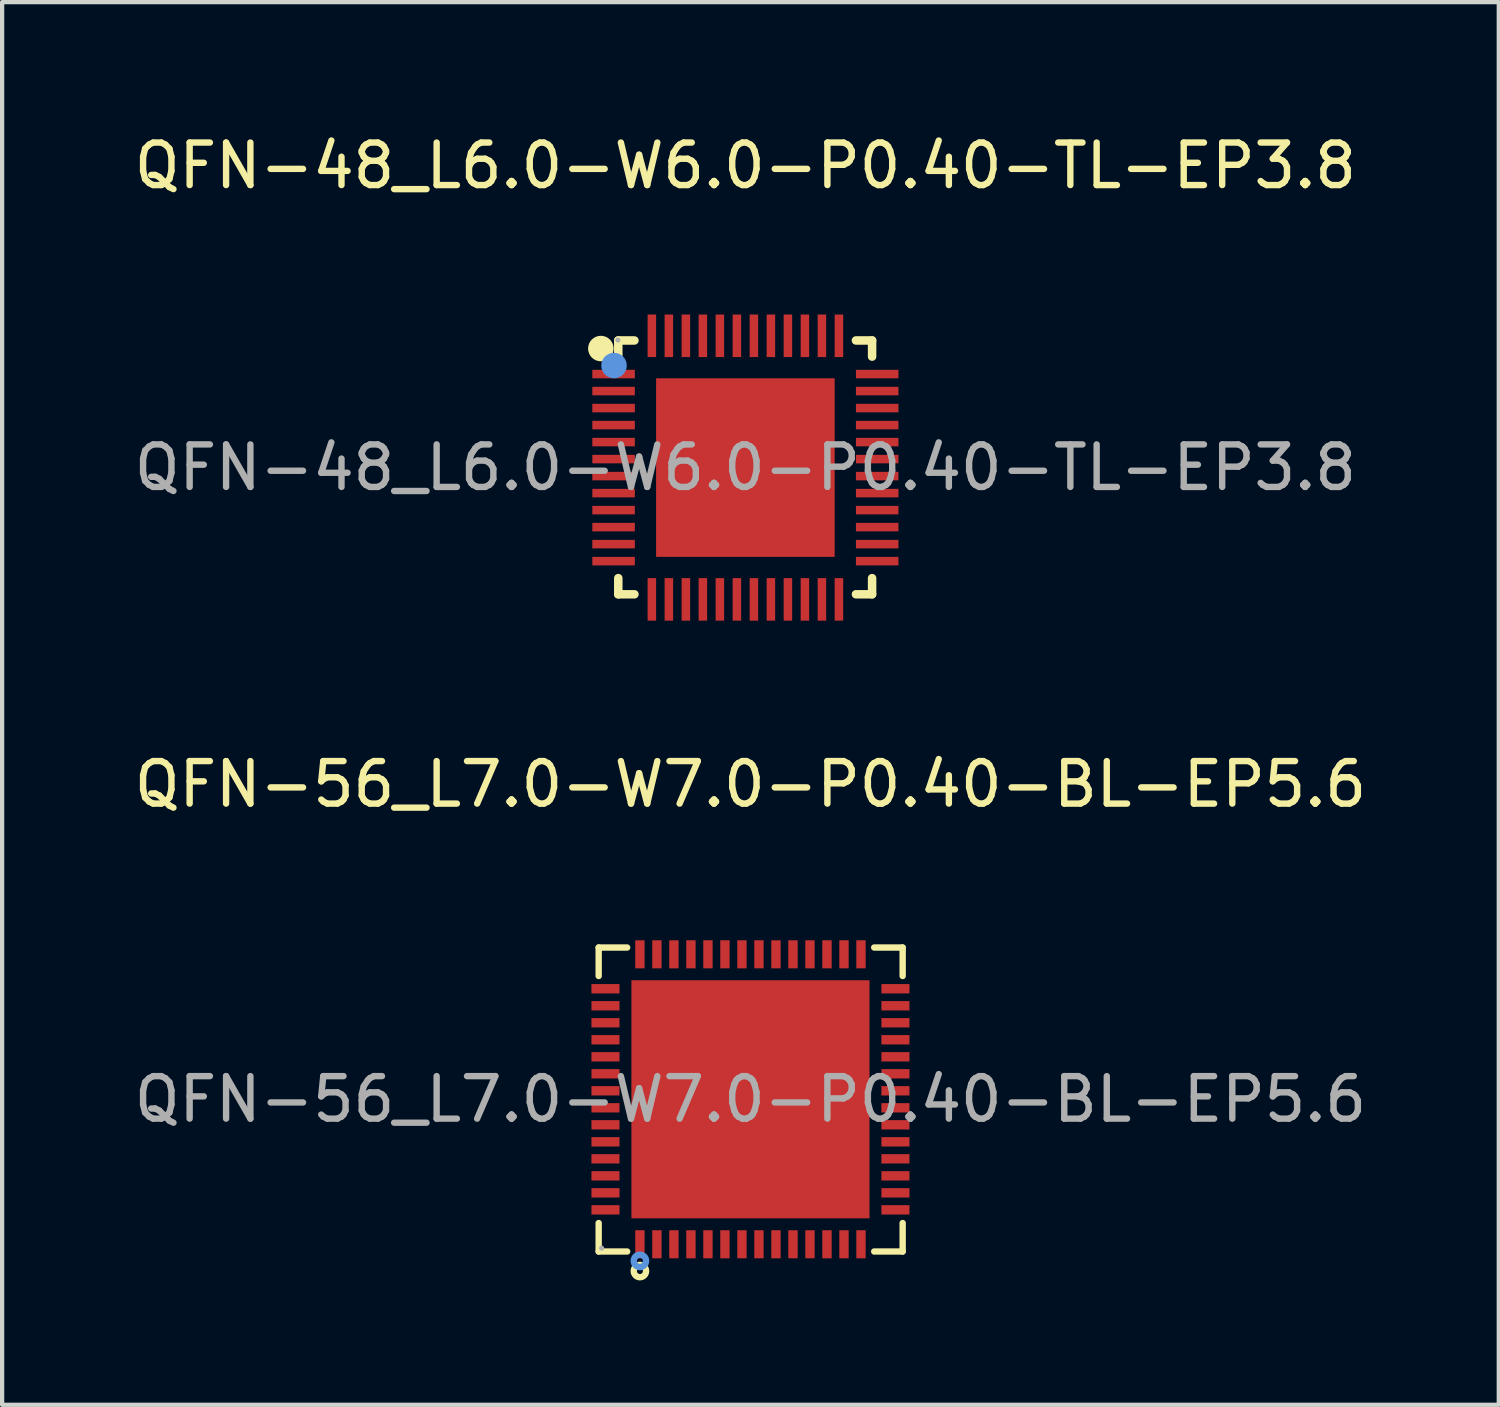
<source format=kicad_pcb>
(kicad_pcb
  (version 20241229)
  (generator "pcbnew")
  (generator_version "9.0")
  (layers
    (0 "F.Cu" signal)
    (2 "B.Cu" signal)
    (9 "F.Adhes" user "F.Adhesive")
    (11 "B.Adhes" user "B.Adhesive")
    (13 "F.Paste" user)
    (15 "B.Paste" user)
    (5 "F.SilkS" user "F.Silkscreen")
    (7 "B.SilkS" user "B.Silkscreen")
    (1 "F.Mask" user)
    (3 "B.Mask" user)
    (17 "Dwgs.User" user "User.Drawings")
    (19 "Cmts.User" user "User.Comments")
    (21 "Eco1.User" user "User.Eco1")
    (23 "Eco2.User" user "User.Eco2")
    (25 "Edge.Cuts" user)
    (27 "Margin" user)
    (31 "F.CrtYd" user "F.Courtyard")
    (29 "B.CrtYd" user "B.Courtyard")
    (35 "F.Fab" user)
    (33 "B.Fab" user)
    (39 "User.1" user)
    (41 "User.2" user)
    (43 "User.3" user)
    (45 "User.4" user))
  (footprint "QFN-56_L7.0-W7.0-P0.40-BL-EP5.6"
    (layer "F.Cu")
    (at 14.601 22.806)
    (property "Reference" "QFN-56_L7.0-W7.0-P0.40-BL-EP5.6" (at 0 -7.41 0) (layer "F.SilkS") (effects (font (size 1 1) (thickness 0.15))))
    (attr through_hole)
    (fp_line (start -3.57 -3.57) (end -2.9 -3.57) (stroke (width 0.15) (type solid)) (layer "F.SilkS"))
    (fp_line (start -3.57 -2.9) (end -3.57 -3.57) (stroke (width 0.15) (type solid)) (layer "F.SilkS"))
    (fp_line (start -3.57 2.91) (end -3.57 3.58) (stroke (width 0.15) (type solid)) (layer "F.SilkS"))
    (fp_line (start -3.57 3.58) (end -2.9 3.58) (stroke (width 0.15) (type solid)) (layer "F.SilkS"))
    (fp_line (start 3.58 -3.57) (end 2.91 -3.57) (stroke (width 0.15) (type solid)) (layer "F.SilkS"))
    (fp_line (start 3.58 -2.9) (end 3.58 -3.57) (stroke (width 0.15) (type solid)) (layer "F.SilkS"))
    (fp_line (start 3.58 2.91) (end 3.58 3.58) (stroke (width 0.15) (type solid)) (layer "F.SilkS"))
    (fp_line (start 3.58 3.58) (end 2.91 3.58) (stroke (width 0.15) (type solid)) (layer "F.SilkS"))
    (fp_circle (center -2.6 4.04) (end -2.53 4.04) (stroke (width 0.15) (type solid)) (fill no) (layer "F.SilkS"))
    (fp_circle (center -2.6 3.8) (end -2.53 3.8) (stroke (width 0.15) (type solid)) (fill no) (layer "Cmts.User"))
    (fp_circle (center -3.5 3.5) (end -3.47 3.5) (stroke (width 0.06) (type solid)) (fill no) (layer "F.Fab"))
    (fp_text user "${REFERENCE}" (at 0 0 0) (layer "F.Fab") (effects (font (size 1 1) (thickness 0.15))))
    (pad "1" smd rect (at -2.6 3.41 90) (size 0.66 0.22) (layers "F.Cu" "F.Mask" "F.Paste"))
    (pad "2" smd rect (at -2.2 3.41 90) (size 0.66 0.22) (layers "F.Cu" "F.Mask" "F.Paste"))
    (pad "3" smd rect (at -1.8 3.41 90) (size 0.66 0.22) (layers "F.Cu" "F.Mask" "F.Paste"))
    (pad "4" smd rect (at -1.4 3.41 90) (size 0.66 0.22) (layers "F.Cu" "F.Mask" "F.Paste"))
    (pad "5" smd rect (at -1 3.41 90) (size 0.66 0.22) (layers "F.Cu" "F.Mask" "F.Paste"))
    (pad "6" smd rect (at -0.6 3.41 90) (size 0.66 0.22) (layers "F.Cu" "F.Mask" "F.Paste"))
    (pad "7" smd rect (at -0.2 3.41 90) (size 0.66 0.22) (layers "F.Cu" "F.Mask" "F.Paste"))
    (pad "8" smd rect (at 0.2 3.41 90) (size 0.66 0.22) (layers "F.Cu" "F.Mask" "F.Paste"))
    (pad "9" smd rect (at 0.6 3.41 90) (size 0.66 0.22) (layers "F.Cu" "F.Mask" "F.Paste"))
    (pad "10" smd rect (at 1 3.41 90) (size 0.66 0.22) (layers "F.Cu" "F.Mask" "F.Paste"))
    (pad "11" smd rect (at 1.4 3.41 90) (size 0.66 0.22) (layers "F.Cu" "F.Mask" "F.Paste"))
    (pad "12" smd rect (at 1.8 3.41 90) (size 0.66 0.22) (layers "F.Cu" "F.Mask" "F.Paste"))
    (pad "13" smd rect (at 2.2 3.41 90) (size 0.66 0.22) (layers "F.Cu" "F.Mask" "F.Paste"))
    (pad "14" smd rect (at 2.6 3.41 90) (size 0.66 0.22) (layers "F.Cu" "F.Mask" "F.Paste"))
    (pad "15" smd rect (at 3.41 2.6 90) (size 0.22 0.66) (layers "F.Cu" "F.Mask" "F.Paste"))
    (pad "16" smd rect (at 3.41 2.2 90) (size 0.22 0.66) (layers "F.Cu" "F.Mask" "F.Paste"))
    (pad "17" smd rect (at 3.41 1.8 90) (size 0.22 0.66) (layers "F.Cu" "F.Mask" "F.Paste"))
    (pad "18" smd rect (at 3.41 1.4 90) (size 0.22 0.66) (layers "F.Cu" "F.Mask" "F.Paste"))
    (pad "19" smd rect (at 3.41 1 90) (size 0.22 0.66) (layers "F.Cu" "F.Mask" "F.Paste"))
    (pad "20" smd rect (at 3.41 0.6 90) (size 0.22 0.66) (layers "F.Cu" "F.Mask" "F.Paste"))
    (pad "21" smd rect (at 3.41 0.2 90) (size 0.22 0.66) (layers "F.Cu" "F.Mask" "F.Paste"))
    (pad "22" smd rect (at 3.41 -0.2 90) (size 0.22 0.66) (layers "F.Cu" "F.Mask" "F.Paste"))
    (pad "23" smd rect (at 3.41 -0.6 90) (size 0.22 0.66) (layers "F.Cu" "F.Mask" "F.Paste"))
    (pad "24" smd rect (at 3.41 -1 90) (size 0.22 0.66) (layers "F.Cu" "F.Mask" "F.Paste"))
    (pad "25" smd rect (at 3.41 -1.4 90) (size 0.22 0.66) (layers "F.Cu" "F.Mask" "F.Paste"))
    (pad "26" smd rect (at 3.41 -1.8 90) (size 0.22 0.66) (layers "F.Cu" "F.Mask" "F.Paste"))
    (pad "27" smd rect (at 3.41 -2.2 90) (size 0.22 0.66) (layers "F.Cu" "F.Mask" "F.Paste"))
    (pad "28" smd rect (at 3.41 -2.6 90) (size 0.22 0.66) (layers "F.Cu" "F.Mask" "F.Paste"))
    (pad "29" smd rect (at 2.6 -3.41 90) (size 0.66 0.22) (layers "F.Cu" "F.Mask" "F.Paste"))
    (pad "30" smd rect (at 2.2 -3.41 90) (size 0.66 0.22) (layers "F.Cu" "F.Mask" "F.Paste"))
    (pad "31" smd rect (at 1.8 -3.41 90) (size 0.66 0.22) (layers "F.Cu" "F.Mask" "F.Paste"))
    (pad "32" smd rect (at 1.4 -3.41 90) (size 0.66 0.22) (layers "F.Cu" "F.Mask" "F.Paste"))
    (pad "33" smd rect (at 1 -3.41 90) (size 0.66 0.22) (layers "F.Cu" "F.Mask" "F.Paste"))
    (pad "34" smd rect (at 0.6 -3.41 90) (size 0.66 0.22) (layers "F.Cu" "F.Mask" "F.Paste"))
    (pad "35" smd rect (at 0.2 -3.41 90) (size 0.66 0.22) (layers "F.Cu" "F.Mask" "F.Paste"))
    (pad "36" smd rect (at -0.2 -3.41 90) (size 0.66 0.22) (layers "F.Cu" "F.Mask" "F.Paste"))
    (pad "37" smd rect (at -0.6 -3.41 90) (size 0.66 0.22) (layers "F.Cu" "F.Mask" "F.Paste"))
    (pad "38" smd rect (at -1 -3.41 90) (size 0.66 0.22) (layers "F.Cu" "F.Mask" "F.Paste"))
    (pad "39" smd rect (at -1.4 -3.41 90) (size 0.66 0.22) (layers "F.Cu" "F.Mask" "F.Paste"))
    (pad "40" smd rect (at -1.8 -3.41 90) (size 0.66 0.22) (layers "F.Cu" "F.Mask" "F.Paste"))
    (pad "41" smd rect (at -2.2 -3.41 90) (size 0.66 0.22) (layers "F.Cu" "F.Mask" "F.Paste"))
    (pad "42" smd rect (at -2.6 -3.41 90) (size 0.66 0.22) (layers "F.Cu" "F.Mask" "F.Paste"))
    (pad "43" smd rect (at -3.41 -2.6 90) (size 0.22 0.66) (layers "F.Cu" "F.Mask" "F.Paste"))
    (pad "44" smd rect (at -3.41 -2.2 90) (size 0.22 0.66) (layers "F.Cu" "F.Mask" "F.Paste"))
    (pad "45" smd rect (at -3.41 -1.8 90) (size 0.22 0.66) (layers "F.Cu" "F.Mask" "F.Paste"))
    (pad "46" smd rect (at -3.41 -1.4 90) (size 0.22 0.66) (layers "F.Cu" "F.Mask" "F.Paste"))
    (pad "47" smd rect (at -3.41 -1 90) (size 0.22 0.66) (layers "F.Cu" "F.Mask" "F.Paste"))
    (pad "48" smd rect (at -3.41 -0.6 90) (size 0.22 0.66) (layers "F.Cu" "F.Mask" "F.Paste"))
    (pad "49" smd rect (at -3.41 -0.2 90) (size 0.22 0.66) (layers "F.Cu" "F.Mask" "F.Paste"))
    (pad "50" smd rect (at -3.41 0.2 90) (size 0.22 0.66) (layers "F.Cu" "F.Mask" "F.Paste"))
    (pad "51" smd rect (at -3.41 0.6 90) (size 0.22 0.66) (layers "F.Cu" "F.Mask" "F.Paste"))
    (pad "52" smd rect (at -3.41 1 90) (size 0.22 0.66) (layers "F.Cu" "F.Mask" "F.Paste"))
    (pad "53" smd rect (at -3.41 1.4 90) (size 0.22 0.66) (layers "F.Cu" "F.Mask" "F.Paste"))
    (pad "54" smd rect (at -3.41 1.8 90) (size 0.22 0.66) (layers "F.Cu" "F.Mask" "F.Paste"))
    (pad "55" smd rect (at -3.41 2.2 90) (size 0.22 0.66) (layers "F.Cu" "F.Mask" "F.Paste"))
    (pad "56" smd rect (at -3.41 2.6 90) (size 0.22 0.66) (layers "F.Cu" "F.Mask" "F.Paste"))
    (pad "57" smd rect (at 0 0 90) (size 5.6 5.6) (layers "F.Cu" "F.Mask" "F.Paste")))
  (footprint "QFN-48_L6.0-W6.0-P0.40-TL-EP3.8"
    (layer "F.Cu")
    (at 14.482 7.948)
    (property "Reference" "QFN-48_L6.0-W6.0-P0.40-TL-EP3.8" (at 0 -7.1 0) (layer "F.SilkS") (effects (font (size 1 1) (thickness 0.15))))
    (attr through_hole)
    (fp_line (start -2.99 -2.99) (end -2.61 -2.99) (stroke (width 0.2) (type solid)) (layer "F.SilkS"))
    (fp_line (start -2.99 -2.61) (end -2.99 -2.99) (stroke (width 0.2) (type solid)) (layer "F.SilkS"))
    (fp_line (start -2.99 2.98) (end -2.99 2.6) (stroke (width 0.2) (type solid)) (layer "F.SilkS"))
    (fp_line (start -2.61 2.98) (end -2.99 2.98) (stroke (width 0.2) (type solid)) (layer "F.SilkS"))
    (fp_line (start 2.6 -2.99) (end 2.98 -2.99) (stroke (width 0.2) (type solid)) (layer "F.SilkS"))
    (fp_line (start 2.98 -2.99) (end 2.98 -2.61) (stroke (width 0.2) (type solid)) (layer "F.SilkS"))
    (fp_line (start 2.98 2.6) (end 2.98 2.98) (stroke (width 0.2) (type solid)) (layer "F.SilkS"))
    (fp_line (start 2.98 2.98) (end 2.6 2.98) (stroke (width 0.2) (type solid)) (layer "F.SilkS"))
    (fp_arc (start -3.4 -2.8) (mid -3.4 -2.8) (end -3.4 -2.8) (stroke (width 0.3) (type solid)) (layer "F.SilkS"))
    (fp_circle (center -3.09 -2.4) (end -2.94 -2.4) (stroke (width 0.3) (type solid)) (fill no) (layer "Cmts.User"))
    (fp_circle (center -3 -3) (end -2.97 -3) (stroke (width 0.06) (type solid)) (fill no) (layer "F.Fab"))
    (fp_text user "${REFERENCE}" (at 0 0 0) (layer "F.Fab") (effects (font (size 1 1) (thickness 0.15))))
    (pad "1" smd rect (at -3.1 -2.2) (size 1 0.2) (layers "F.Cu" "F.Mask" "F.Paste"))
    (pad "2" smd rect (at -3.1 -1.8) (size 1 0.2) (layers "F.Cu" "F.Mask" "F.Paste"))
    (pad "3" smd rect (at -3.1 -1.4) (size 1 0.2) (layers "F.Cu" "F.Mask" "F.Paste"))
    (pad "4" smd rect (at -3.1 -1) (size 1 0.2) (layers "F.Cu" "F.Mask" "F.Paste"))
    (pad "5" smd rect (at -3.1 -0.6) (size 1 0.2) (layers "F.Cu" "F.Mask" "F.Paste"))
    (pad "6" smd rect (at -3.1 -0.2) (size 1 0.2) (layers "F.Cu" "F.Mask" "F.Paste"))
    (pad "7" smd rect (at -3.1 0.2) (size 1 0.2) (layers "F.Cu" "F.Mask" "F.Paste"))
    (pad "8" smd rect (at -3.1 0.6) (size 1 0.2) (layers "F.Cu" "F.Mask" "F.Paste"))
    (pad "9" smd rect (at -3.1 1) (size 1 0.2) (layers "F.Cu" "F.Mask" "F.Paste"))
    (pad "10" smd rect (at -3.1 1.4) (size 1 0.2) (layers "F.Cu" "F.Mask" "F.Paste"))
    (pad "11" smd rect (at -3.1 1.8) (size 1 0.2) (layers "F.Cu" "F.Mask" "F.Paste"))
    (pad "12" smd rect (at -3.1 2.2) (size 1 0.2) (layers "F.Cu" "F.Mask" "F.Paste"))
    (pad "13" smd rect (at -2.2 3.1) (size 0.2 1) (layers "F.Cu" "F.Mask" "F.Paste"))
    (pad "14" smd rect (at -1.8 3.1) (size 0.2 1) (layers "F.Cu" "F.Mask" "F.Paste"))
    (pad "15" smd rect (at -1.4 3.1) (size 0.2 1) (layers "F.Cu" "F.Mask" "F.Paste"))
    (pad "16" smd rect (at -1 3.1) (size 0.2 1) (layers "F.Cu" "F.Mask" "F.Paste"))
    (pad "17" smd rect (at -0.6 3.1) (size 0.2 1) (layers "F.Cu" "F.Mask" "F.Paste"))
    (pad "18" smd rect (at -0.2 3.1) (size 0.2 1) (layers "F.Cu" "F.Mask" "F.Paste"))
    (pad "19" smd rect (at 0.2 3.1) (size 0.2 1) (layers "F.Cu" "F.Mask" "F.Paste"))
    (pad "20" smd rect (at 0.6 3.1) (size 0.2 1) (layers "F.Cu" "F.Mask" "F.Paste"))
    (pad "21" smd rect (at 1 3.1) (size 0.2 1) (layers "F.Cu" "F.Mask" "F.Paste"))
    (pad "22" smd rect (at 1.4 3.1) (size 0.2 1) (layers "F.Cu" "F.Mask" "F.Paste"))
    (pad "23" smd rect (at 1.8 3.1) (size 0.2 1) (layers "F.Cu" "F.Mask" "F.Paste"))
    (pad "24" smd rect (at 2.2 3.1) (size 0.2 1) (layers "F.Cu" "F.Mask" "F.Paste"))
    (pad "25" smd rect (at 3.1 2.2) (size 1 0.2) (layers "F.Cu" "F.Mask" "F.Paste"))
    (pad "26" smd rect (at 3.1 1.8) (size 1 0.2) (layers "F.Cu" "F.Mask" "F.Paste"))
    (pad "27" smd rect (at 3.1 1.4) (size 1 0.2) (layers "F.Cu" "F.Mask" "F.Paste"))
    (pad "28" smd rect (at 3.1 1) (size 1 0.2) (layers "F.Cu" "F.Mask" "F.Paste"))
    (pad "29" smd rect (at 3.1 0.6) (size 1 0.2) (layers "F.Cu" "F.Mask" "F.Paste"))
    (pad "30" smd rect (at 3.1 0.2) (size 1 0.2) (layers "F.Cu" "F.Mask" "F.Paste"))
    (pad "31" smd rect (at 3.1 -0.2) (size 1 0.2) (layers "F.Cu" "F.Mask" "F.Paste"))
    (pad "32" smd rect (at 3.1 -0.6) (size 1 0.2) (layers "F.Cu" "F.Mask" "F.Paste"))
    (pad "33" smd rect (at 3.1 -1) (size 1 0.2) (layers "F.Cu" "F.Mask" "F.Paste"))
    (pad "34" smd rect (at 3.1 -1.4) (size 1 0.2) (layers "F.Cu" "F.Mask" "F.Paste"))
    (pad "35" smd rect (at 3.1 -1.8) (size 1 0.2) (layers "F.Cu" "F.Mask" "F.Paste"))
    (pad "36" smd rect (at 3.1 -2.2) (size 1 0.2) (layers "F.Cu" "F.Mask" "F.Paste"))
    (pad "37" smd rect (at 2.2 -3.1) (size 0.2 1) (layers "F.Cu" "F.Mask" "F.Paste"))
    (pad "38" smd rect (at 1.8 -3.1) (size 0.2 1) (layers "F.Cu" "F.Mask" "F.Paste"))
    (pad "39" smd rect (at 1.4 -3.1) (size 0.2 1) (layers "F.Cu" "F.Mask" "F.Paste"))
    (pad "40" smd rect (at 1 -3.1) (size 0.2 1) (layers "F.Cu" "F.Mask" "F.Paste"))
    (pad "41" smd rect (at 0.6 -3.1) (size 0.2 1) (layers "F.Cu" "F.Mask" "F.Paste"))
    (pad "42" smd rect (at 0.2 -3.1) (size 0.2 1) (layers "F.Cu" "F.Mask" "F.Paste"))
    (pad "43" smd rect (at -0.2 -3.1) (size 0.2 1) (layers "F.Cu" "F.Mask" "F.Paste"))
    (pad "44" smd rect (at -0.6 -3.1) (size 0.2 1) (layers "F.Cu" "F.Mask" "F.Paste"))
    (pad "45" smd rect (at -1 -3.1) (size 0.2 1) (layers "F.Cu" "F.Mask" "F.Paste"))
    (pad "46" smd rect (at -1.4 -3.1) (size 0.2 1) (layers "F.Cu" "F.Mask" "F.Paste"))
    (pad "47" smd rect (at -1.8 -3.1) (size 0.2 1) (layers "F.Cu" "F.Mask" "F.Paste"))
    (pad "48" smd rect (at -2.2 -3.1) (size 0.2 1) (layers "F.Cu" "F.Mask" "F.Paste"))
    (pad "49" smd rect (at 0 0) (size 4.2 4.2) (layers "F.Cu" "F.Mask" "F.Paste")))
  (gr_rect
    (start -3 -3)
    (end 32.202 29.991)
    (stroke (width 0.1) (type default))
    (fill no)
    (layer "Edge.Cuts")))
</source>
